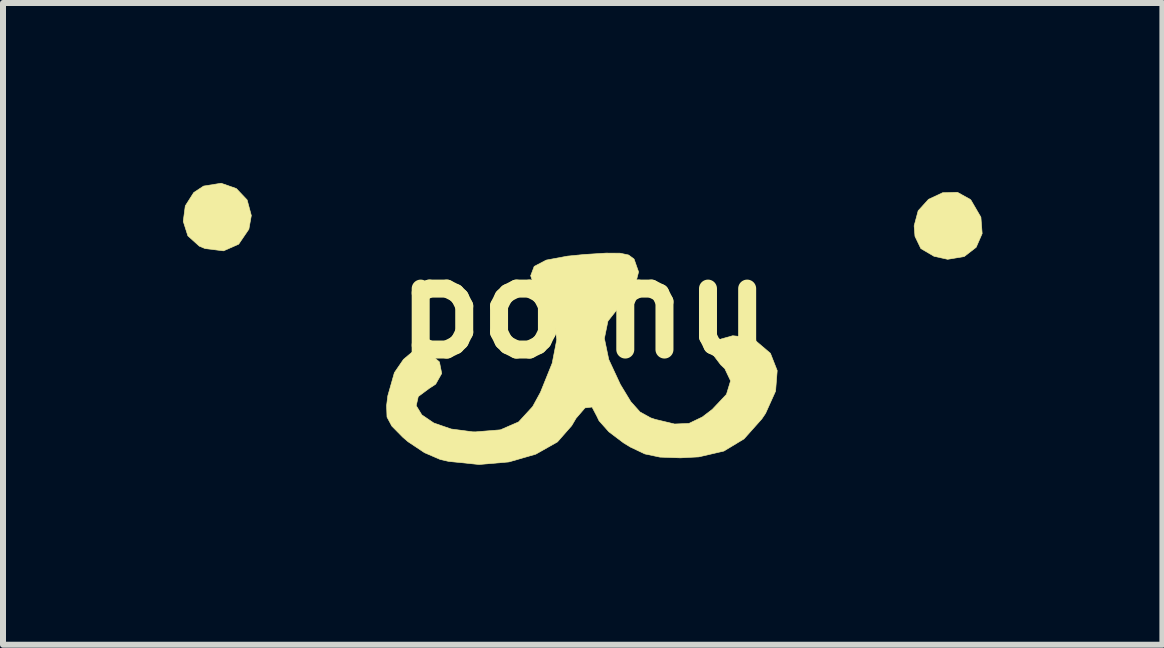
<source format=kicad_pcb>
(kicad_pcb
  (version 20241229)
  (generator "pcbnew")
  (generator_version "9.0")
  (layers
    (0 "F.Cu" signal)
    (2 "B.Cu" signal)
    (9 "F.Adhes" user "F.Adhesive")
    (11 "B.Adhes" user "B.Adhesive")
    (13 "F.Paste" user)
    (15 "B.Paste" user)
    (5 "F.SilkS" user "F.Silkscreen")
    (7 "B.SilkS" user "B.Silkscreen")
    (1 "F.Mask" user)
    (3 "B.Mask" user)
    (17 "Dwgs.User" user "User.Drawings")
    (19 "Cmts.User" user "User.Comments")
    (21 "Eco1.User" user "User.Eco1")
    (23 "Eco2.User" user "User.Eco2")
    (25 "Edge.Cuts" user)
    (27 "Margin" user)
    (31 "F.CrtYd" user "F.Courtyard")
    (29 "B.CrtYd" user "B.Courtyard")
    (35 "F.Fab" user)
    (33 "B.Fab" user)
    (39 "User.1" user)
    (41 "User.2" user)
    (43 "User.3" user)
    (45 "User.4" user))
  (footprint "pomu"
    (layer "F.Cu")
    (at 6.685 2.088)
    (property "Reference" "pomu" (at 0 0 0) (layer "F.SilkS") (effects (font (size 1.524 1.524) (thickness 0.3))))
    (attr through_hole)
    (fp_poly (pts (xy -5.795 -1.995) (xy -5.615 -1.805) (xy -5.545 -1.545) (xy -5.586 -1.317) (xy -5.756 -1.067) (xy -6.008 -0.956) (xy -6.316 -0.994) (xy -6.412 -1.034) (xy -6.603 -1.206) (xy -6.68 -1.448) (xy -6.646 -1.706) (xy -6.505 -1.928) (xy -6.341 -2.036) (xy -6.048 -2.083) (xy -5.795 -1.995)) (stroke (width 0.01) (type solid)) (fill yes) (layer "F.SilkS"))
    (fp_poly (pts (xy 6.44 -1.814) (xy 6.454 -1.799) (xy 6.618 -1.517) (xy 6.639 -1.244) (xy 6.539 -1.015) (xy 6.34 -0.861) (xy 6.064 -0.815) (xy 5.837 -0.865) (xy 5.617 -0.994) (xy 5.519 -1.198) (xy 5.505 -1.373) (xy 5.572 -1.624) (xy 5.746 -1.816) (xy 5.98 -1.925) (xy 6.227 -1.932) (xy 6.44 -1.814)) (stroke (width 0.01) (type solid)) (fill yes) (layer "F.SilkS"))
    (fp_poly (pts (xy 0.602 -0.917) (xy 0.744 -0.887) (xy 0.83 -0.824) (xy 0.837 -0.816) (xy 0.911 -0.605) (xy 0.846 -0.35) (xy 0.653 -0.087) (xy 0.591 -0.027) (xy 0.4 0.216) (xy 0.341 0.504) (xy 0.414 0.856) (xy 0.607 1.271) (xy 0.781 1.558) (xy 0.935 1.73) (xy 1.114 1.829) (xy 1.189 1.854) (xy 1.512 1.931) (xy 1.751 1.921) (xy 1.974 1.814) (xy 2.14 1.687) (xy 2.376 1.437) (xy 2.445 1.211) (xy 2.348 1.007) (xy 2.281 0.944) (xy 2.155 0.778) (xy 2.167 0.628) (xy 2.286 0.514) (xy 2.481 0.459) (xy 2.721 0.485) (xy 2.859 0.54) (xy 3.109 0.752) (xy 3.222 1.04) (xy 3.195 1.383) (xy 3.028 1.754) (xy 2.965 1.847) (xy 2.669 2.179) (xy 2.333 2.382) (xy 1.915 2.479) (xy 1.609 2.495) (xy 1.268 2.483) (xy 1.016 2.43) (xy 0.774 2.315) (xy 0.661 2.246) (xy 0.416 2.061) (xy 0.252 1.877) (xy 0.213 1.796) (xy 0.135 1.648) (xy 0.018 1.662) (xy -0.131 1.835) (xy -0.204 1.959) (xy -0.442 2.23) (xy -0.803 2.434) (xy -1.25 2.563) (xy -1.747 2.606) (xy -2.256 2.554) (xy -2.396 2.522) (xy -2.658 2.409) (xy -2.934 2.225) (xy -3.021 2.15) (xy -3.203 1.965) (xy -3.283 1.815) (xy -3.29 1.625) (xy -3.27 1.462) (xy -3.16 1.075) (xy -3.008 0.853) (xy -2.848 0.719) (xy -2.712 0.699) (xy -2.586 0.745) (xy -2.409 0.896) (xy -2.371 1.088) (xy -2.472 1.267) (xy -2.582 1.339) (xy -2.762 1.473) (xy -2.796 1.625) (xy -2.703 1.778) (xy -2.503 1.914) (xy -2.214 2.014) (xy -1.856 2.061) (xy -1.809 2.062) (xy -1.393 2.028) (xy -1.089 1.896) (xy -0.855 1.641) (xy -0.725 1.403) (xy -0.529 0.917) (xy -0.453 0.525) (xy -0.497 0.203) (xy -0.616 -0.018) (xy -0.813 -0.319) (xy -0.888 -0.541) (xy -0.829 -0.697) (xy -0.628 -0.802) (xy -0.273 -0.868) (xy 0.002 -0.895) (xy 0.367 -0.918) (xy 0.602 -0.917)) (stroke (width 0.01) (type solid)) (fill yes) (layer "F.SilkS")))
  (gr_rect
    (start -3 -3)
    (end 16.329 7.699)
    (stroke (width 0.1) (type default))
    (fill no)
    (layer "Edge.Cuts")))
</source>
